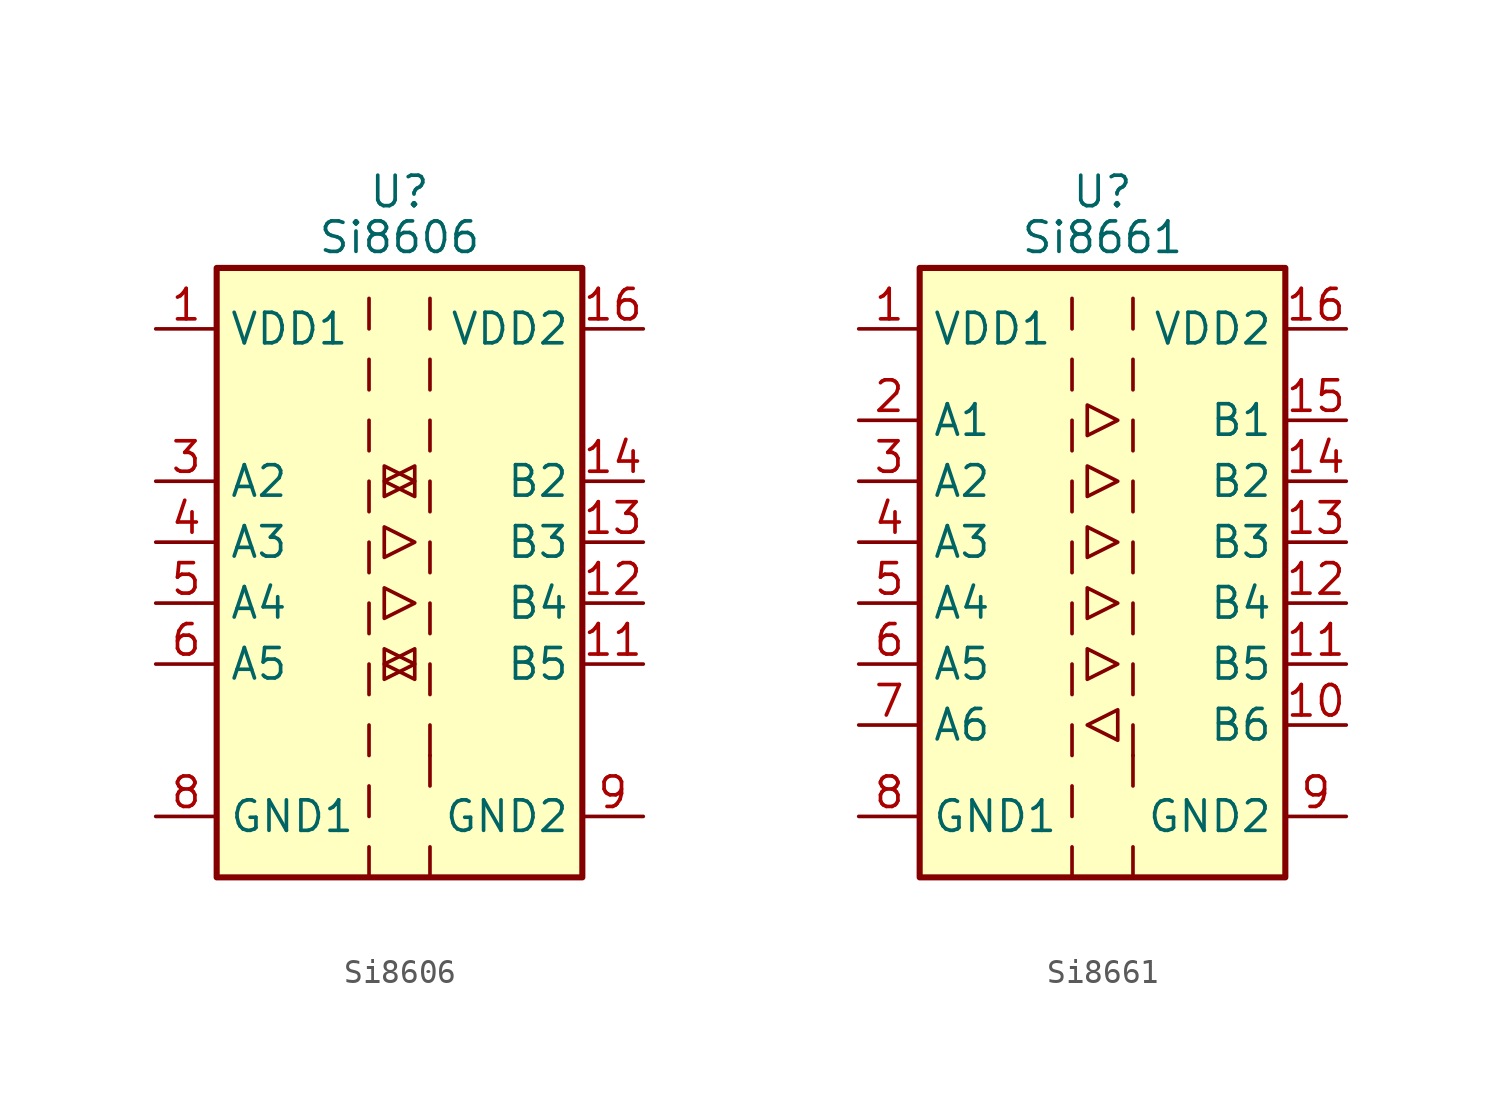
<source format=kicad_sym>
(kicad_symbol_lib
  (version 20220914)
  (generator kicad_symbol_editor)
  (symbol "Si8606"
    (property "Reference" "U"
      (at 0 15.875 0)
      (effects (font (size 1.27 1.27))))
    (property "Value" "Si8606"
      (at 0 13.97 0)
      (effects (font (size 1.27 1.27))))
    (symbol "Si8606_0_1"
      (rectangle (start -7.62 12.7) (end 7.62 -12.7) (stroke (width 0.254) (type default)) (fill (type background)))
      (polyline (pts (xy -1.27 -11.43) (xy -1.27 -12.7)) (stroke (width 0) (type default)) (fill (type none)))
      (polyline (pts (xy -1.27 -8.89) (xy -1.27 -10.16)) (stroke (width 0) (type default)) (fill (type none)))
      (polyline (pts (xy -1.27 -6.35) (xy -1.27 -7.62)) (stroke (width 0) (type default)) (fill (type none)))
      (polyline (pts (xy -1.27 -3.81) (xy -1.27 -5.08)) (stroke (width 0) (type default)) (fill (type none)))
      (polyline (pts (xy -1.27 -1.27) (xy -1.27 -2.54)) (stroke (width 0) (type default)) (fill (type none)))
      (polyline (pts (xy -1.27 1.27) (xy -1.27 0)) (stroke (width 0) (type default)) (fill (type none)))
      (polyline (pts (xy -1.27 3.81) (xy -1.27 2.54)) (stroke (width 0) (type default)) (fill (type none)))
      (polyline (pts (xy -1.27 6.35) (xy -1.27 5.08)) (stroke (width 0) (type default)) (fill (type none)))
      (polyline (pts (xy -1.27 8.89) (xy -1.27 7.62)) (stroke (width 0) (type default)) (fill (type none)))
      (polyline (pts (xy -1.27 11.43) (xy -1.27 10.16)) (stroke (width 0) (type default)) (fill (type none)))
      (polyline (pts (xy 1.27 -11.43) (xy 1.27 -12.7)) (stroke (width 0) (type default)) (fill (type none)))
      (polyline (pts (xy 1.27 -7.62) (xy 1.27 -8.89)) (stroke (width 0) (type default)) (fill (type none)))
      (polyline (pts (xy 1.27 -6.35) (xy 1.27 -7.62)) (stroke (width 0) (type default)) (fill (type none)))
      (polyline (pts (xy 1.27 -3.81) (xy 1.27 -5.08)) (stroke (width 0) (type default)) (fill (type none)))
      (polyline (pts (xy 1.27 -1.27) (xy 1.27 -2.54)) (stroke (width 0) (type default)) (fill (type none)))
      (polyline (pts (xy 1.27 1.27) (xy 1.27 0)) (stroke (width 0) (type default)) (fill (type none)))
      (polyline (pts (xy 1.27 3.81) (xy 1.27 2.54)) (stroke (width 0) (type default)) (fill (type none)))
      (polyline (pts (xy 1.27 6.35) (xy 1.27 5.08)) (stroke (width 0) (type default)) (fill (type none)))
      (polyline (pts (xy 1.27 8.89) (xy 1.27 7.62)) (stroke (width 0) (type default)) (fill (type none)))
      (polyline (pts (xy 1.27 11.43) (xy 1.27 10.16)) (stroke (width 0) (type default)) (fill (type none)))
      (polyline (pts (xy -0.635 -0.635) (xy -0.635 -1.905) (xy 0.635 -1.27) (xy -0.635 -0.635)) (stroke (width 0) (type default)) (fill (type none)))
      (polyline (pts (xy -0.635 1.905) (xy -0.635 0.635) (xy 0.635 1.27) (xy -0.635 1.905)) (stroke (width 0) (type default)) (fill (type none)))
      (polyline (pts (xy 0.635 -3.81) (xy -0.635 -3.175) (xy -0.635 -4.445) (xy 0.635 -3.81)) (stroke (width 0) (type default)) (fill (type none))))
    (symbol "Si8606_1_1"
      (polyline (pts (xy -0.635 4.445) (xy -0.635 3.175) (xy 0.635 3.81) (xy -0.635 4.445)) (stroke (width 0) (type default)) (fill (type none)))
      (polyline (pts (xy 0.635 -4.445) (xy 0.635 -3.175) (xy -0.635 -3.81) (xy 0.635 -4.445)) (stroke (width 0) (type default)) (fill (type none)))
      (polyline (pts (xy 0.635 3.175) (xy 0.635 4.445) (xy -0.635 3.81) (xy 0.635 3.175)) (stroke (width 0) (type default)) (fill (type none)))
      (pin power_in line (at -10.16 10.16 0) (length 2.54) (name "VDD1" (effects (font (size 1.27 1.27)))) (number "1" (effects (font (size 1.27 1.27)))))
      (pin no_connect line (at 10.16 -6.35 180) (length 2.54) hide (name "NC" (effects (font (size 1.27 1.27)))) (number "10" (effects (font (size 1.27 1.27)))))
      (pin output line (at 10.16 -3.81 180) (length 2.54) (name "B5" (effects (font (size 1.27 1.27)))) (number "11" (effects (font (size 1.27 1.27)))))
      (pin output line (at 10.16 -1.27 180) (length 2.54) (name "B4" (effects (font (size 1.27 1.27)))) (number "12" (effects (font (size 1.27 1.27)))))
      (pin output line (at 10.16 1.27 180) (length 2.54) (name "B3" (effects (font (size 1.27 1.27)))) (number "13" (effects (font (size 1.27 1.27)))))
      (pin output line (at 10.16 3.81 180) (length 2.54) (name "B2" (effects (font (size 1.27 1.27)))) (number "14" (effects (font (size 1.27 1.27)))))
      (pin no_connect line (at 10.16 6.35 180) (length 2.54) hide (name "NC" (effects (font (size 1.27 1.27)))) (number "15" (effects (font (size 1.27 1.27)))))
      (pin power_in line (at 10.16 10.16 180) (length 2.54) (name "VDD2" (effects (font (size 1.27 1.27)))) (number "16" (effects (font (size 1.27 1.27)))))
      (pin no_connect line (at -10.16 6.35 0) (length 2.54) hide (name "NC" (effects (font (size 1.27 1.27)))) (number "2" (effects (font (size 1.27 1.27)))))
      (pin input line (at -10.16 3.81 0) (length 2.54) (name "A2" (effects (font (size 1.27 1.27)))) (number "3" (effects (font (size 1.27 1.27)))))
      (pin input line (at -10.16 1.27 0) (length 2.54) (name "A3" (effects (font (size 1.27 1.27)))) (number "4" (effects (font (size 1.27 1.27)))))
      (pin input line (at -10.16 -1.27 0) (length 2.54) (name "A4" (effects (font (size 1.27 1.27)))) (number "5" (effects (font (size 1.27 1.27)))))
      (pin input line (at -10.16 -3.81 0) (length 2.54) (name "A5" (effects (font (size 1.27 1.27)))) (number "6" (effects (font (size 1.27 1.27)))))
      (pin no_connect line (at -10.16 -6.35 0) (length 2.54) hide (name "NC" (effects (font (size 1.27 1.27)))) (number "7" (effects (font (size 1.27 1.27)))))
      (pin power_in line (at -10.16 -10.16 0) (length 2.54) (name "GND1" (effects (font (size 1.27 1.27)))) (number "8" (effects (font (size 1.27 1.27)))))
      (pin power_in line (at 10.16 -10.16 180) (length 2.54) (name "GND2" (effects (font (size 1.27 1.27)))) (number "9" (effects (font (size 1.27 1.27)))))))
  (symbol "Si8661"
    (property "Reference" "U"
      (at 0 15.875 0)
      (effects (font (size 1.27 1.27))))
    (property "Value" "Si8661"
      (at 0 13.97 0)
      (effects (font (size 1.27 1.27))))
    (symbol "Si8661_0_1"
      (rectangle (start -7.62 12.7) (end 7.62 -12.7) (stroke (width 0.254) (type default)) (fill (type background)))
      (polyline (pts (xy -1.27 -11.43) (xy -1.27 -12.7)) (stroke (width 0) (type default)) (fill (type none)))
      (polyline (pts (xy -1.27 -8.89) (xy -1.27 -10.16)) (stroke (width 0) (type default)) (fill (type none)))
      (polyline (pts (xy -1.27 -6.35) (xy -1.27 -7.62)) (stroke (width 0) (type default)) (fill (type none)))
      (polyline (pts (xy -1.27 -3.81) (xy -1.27 -5.08)) (stroke (width 0) (type default)) (fill (type none)))
      (polyline (pts (xy -1.27 -1.27) (xy -1.27 -2.54)) (stroke (width 0) (type default)) (fill (type none)))
      (polyline (pts (xy -1.27 1.27) (xy -1.27 0)) (stroke (width 0) (type default)) (fill (type none)))
      (polyline (pts (xy -1.27 3.81) (xy -1.27 2.54)) (stroke (width 0) (type default)) (fill (type none)))
      (polyline (pts (xy -1.27 6.35) (xy -1.27 5.08)) (stroke (width 0) (type default)) (fill (type none)))
      (polyline (pts (xy -1.27 8.89) (xy -1.27 7.62)) (stroke (width 0) (type default)) (fill (type none)))
      (polyline (pts (xy -1.27 11.43) (xy -1.27 10.16)) (stroke (width 0) (type default)) (fill (type none)))
      (polyline (pts (xy 1.27 -11.43) (xy 1.27 -12.7)) (stroke (width 0) (type default)) (fill (type none)))
      (polyline (pts (xy 1.27 -7.62) (xy 1.27 -8.89)) (stroke (width 0) (type default)) (fill (type none)))
      (polyline (pts (xy 1.27 -6.35) (xy 1.27 -7.62)) (stroke (width 0) (type default)) (fill (type none)))
      (polyline (pts (xy 1.27 -3.81) (xy 1.27 -5.08)) (stroke (width 0) (type default)) (fill (type none)))
      (polyline (pts (xy 1.27 -1.27) (xy 1.27 -2.54)) (stroke (width 0) (type default)) (fill (type none)))
      (polyline (pts (xy 1.27 1.27) (xy 1.27 0)) (stroke (width 0) (type default)) (fill (type none)))
      (polyline (pts (xy 1.27 3.81) (xy 1.27 2.54)) (stroke (width 0) (type default)) (fill (type none)))
      (polyline (pts (xy 1.27 6.35) (xy 1.27 5.08)) (stroke (width 0) (type default)) (fill (type none)))
      (polyline (pts (xy 1.27 8.89) (xy 1.27 7.62)) (stroke (width 0) (type default)) (fill (type none)))
      (polyline (pts (xy 1.27 11.43) (xy 1.27 10.16)) (stroke (width 0) (type default)) (fill (type none)))
      (polyline (pts (xy -0.635 -6.35) (xy 0.635 -5.715) (xy 0.635 -6.985) (xy -0.635 -6.35)) (stroke (width 0) (type default)) (fill (type none)))
      (polyline (pts (xy -0.635 -0.635) (xy -0.635 -1.905) (xy 0.635 -1.27) (xy -0.635 -0.635)) (stroke (width 0) (type default)) (fill (type none)))
      (polyline (pts (xy -0.635 1.905) (xy -0.635 0.635) (xy 0.635 1.27) (xy -0.635 1.905)) (stroke (width 0) (type default)) (fill (type none)))
      (polyline (pts (xy 0.635 -3.81) (xy -0.635 -3.175) (xy -0.635 -4.445) (xy 0.635 -3.81)) (stroke (width 0) (type default)) (fill (type none))))
    (symbol "Si8661_1_1"
      (polyline (pts (xy -0.635 4.445) (xy -0.635 3.175) (xy 0.635 3.81) (xy -0.635 4.445)) (stroke (width 0) (type default)) (fill (type none)))
      (polyline (pts (xy -0.635 6.985) (xy -0.635 5.715) (xy 0.635 6.35) (xy -0.635 6.985)) (stroke (width 0) (type default)) (fill (type none)))
      (pin power_in line (at -10.16 10.16 0) (length 2.54) (name "VDD1" (effects (font (size 1.27 1.27)))) (number "1" (effects (font (size 1.27 1.27)))))
      (pin input line (at 10.16 -6.35 180) (length 2.54) (name "B6" (effects (font (size 1.27 1.27)))) (number "10" (effects (font (size 1.27 1.27)))))
      (pin output line (at 10.16 -3.81 180) (length 2.54) (name "B5" (effects (font (size 1.27 1.27)))) (number "11" (effects (font (size 1.27 1.27)))))
      (pin output line (at 10.16 -1.27 180) (length 2.54) (name "B4" (effects (font (size 1.27 1.27)))) (number "12" (effects (font (size 1.27 1.27)))))
      (pin output line (at 10.16 1.27 180) (length 2.54) (name "B3" (effects (font (size 1.27 1.27)))) (number "13" (effects (font (size 1.27 1.27)))))
      (pin output line (at 10.16 3.81 180) (length 2.54) (name "B2" (effects (font (size 1.27 1.27)))) (number "14" (effects (font (size 1.27 1.27)))))
      (pin output line (at 10.16 6.35 180) (length 2.54) (name "B1" (effects (font (size 1.27 1.27)))) (number "15" (effects (font (size 1.27 1.27)))))
      (pin power_in line (at 10.16 10.16 180) (length 2.54) (name "VDD2" (effects (font (size 1.27 1.27)))) (number "16" (effects (font (size 1.27 1.27)))))
      (pin input line (at -10.16 6.35 0) (length 2.54) (name "A1" (effects (font (size 1.27 1.27)))) (number "2" (effects (font (size 1.27 1.27)))))
      (pin input line (at -10.16 3.81 0) (length 2.54) (name "A2" (effects (font (size 1.27 1.27)))) (number "3" (effects (font (size 1.27 1.27)))))
      (pin input line (at -10.16 1.27 0) (length 2.54) (name "A3" (effects (font (size 1.27 1.27)))) (number "4" (effects (font (size 1.27 1.27)))))
      (pin input line (at -10.16 -1.27 0) (length 2.54) (name "A4" (effects (font (size 1.27 1.27)))) (number "5" (effects (font (size 1.27 1.27)))))
      (pin input line (at -10.16 -3.81 0) (length 2.54) (name "A5" (effects (font (size 1.27 1.27)))) (number "6" (effects (font (size 1.27 1.27)))))
      (pin output line (at -10.16 -6.35 0) (length 2.54) (name "A6" (effects (font (size 1.27 1.27)))) (number "7" (effects (font (size 1.27 1.27)))))
      (pin power_in line (at -10.16 -10.16 0) (length 2.54) (name "GND1" (effects (font (size 1.27 1.27)))) (number "8" (effects (font (size 1.27 1.27)))))
      (pin power_in line (at 10.16 -10.16 180) (length 2.54) (name "GND2" (effects (font (size 1.27 1.27)))) (number "9" (effects (font (size 1.27 1.27))))))))
</source>
